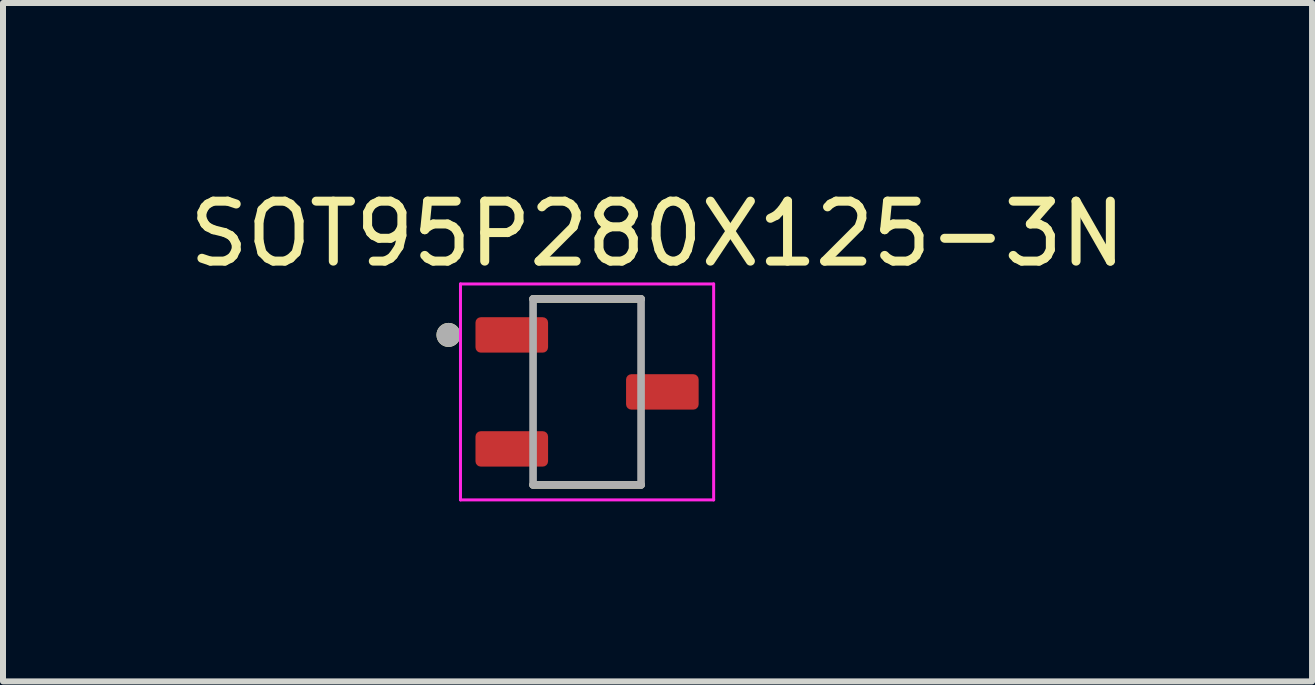
<source format=kicad_pcb>
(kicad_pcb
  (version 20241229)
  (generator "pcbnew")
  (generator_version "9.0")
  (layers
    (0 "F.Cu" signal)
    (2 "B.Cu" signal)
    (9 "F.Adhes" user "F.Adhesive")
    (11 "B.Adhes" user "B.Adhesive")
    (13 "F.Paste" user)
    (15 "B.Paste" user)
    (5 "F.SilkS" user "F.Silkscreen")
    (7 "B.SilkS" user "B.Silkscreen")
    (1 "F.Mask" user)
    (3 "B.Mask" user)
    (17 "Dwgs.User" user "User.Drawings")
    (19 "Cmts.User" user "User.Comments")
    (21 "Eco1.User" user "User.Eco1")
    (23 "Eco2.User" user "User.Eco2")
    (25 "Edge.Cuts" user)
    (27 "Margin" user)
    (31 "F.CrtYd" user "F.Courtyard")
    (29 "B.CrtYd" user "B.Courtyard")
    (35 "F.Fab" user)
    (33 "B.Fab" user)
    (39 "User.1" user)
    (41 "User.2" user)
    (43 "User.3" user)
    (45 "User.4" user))
  (footprint "SOT95P280X125-3N"
    (layer "F.Cu")
    (at 6.736 3.483)
    (property "Reference" "SOT95P280X125-3N" (at 1.175 -2.635 0) (layer "F.SilkS") (effects (font (size 1 1) (thickness 0.15))))
    (attr through_hole)
    (fp_line (start -0.9 1.55) (end 0.9 1.55) (stroke (width 0.127) (type solid)) (layer "F.SilkS"))
    (fp_line (start 0.9 -1.55) (end -0.9 -1.55) (stroke (width 0.127) (type solid)) (layer "F.SilkS"))
    (fp_circle (center -2.31 -0.95) (end -2.21 -0.95) (stroke (width 0.2) (type solid)) (fill no) (layer "F.SilkS"))
    (fp_line (start -2.11 -1.8) (end 2.11 -1.8) (stroke (width 0.05) (type solid)) (layer "F.CrtYd"))
    (fp_line (start -2.11 1.8) (end -2.11 -1.8) (stroke (width 0.05) (type solid)) (layer "F.CrtYd"))
    (fp_line (start 2.11 -1.8) (end 2.11 1.8) (stroke (width 0.05) (type solid)) (layer "F.CrtYd"))
    (fp_line (start 2.11 1.8) (end -2.11 1.8) (stroke (width 0.05) (type solid)) (layer "F.CrtYd"))
    (fp_line (start -0.9 -1.55) (end -0.9 1.55) (stroke (width 0.127) (type solid)) (layer "F.Fab"))
    (fp_line (start -0.9 1.55) (end 0.9 1.55) (stroke (width 0.127) (type solid)) (layer "F.Fab"))
    (fp_line (start 0.9 -1.55) (end -0.9 -1.55) (stroke (width 0.127) (type solid)) (layer "F.Fab"))
    (fp_line (start 0.9 1.55) (end 0.9 -1.55) (stroke (width 0.127) (type solid)) (layer "F.Fab"))
    (fp_circle (center -2.31 -0.95) (end -2.21 -0.95) (stroke (width 0.2) (type solid)) (fill no) (layer "F.Fab"))
    (pad "1" smd roundrect (at -1.255 -0.95) (size 1.21 0.59) (layers "F.Cu" "F.Mask" "F.Paste") (roundrect_rratio 0.15))
    (pad "2" smd roundrect (at -1.255 0.95) (size 1.21 0.59) (layers "F.Cu" "F.Mask" "F.Paste") (roundrect_rratio 0.15))
    (pad "3" smd roundrect (at 1.255 0) (size 1.21 0.59) (layers "F.Cu" "F.Mask" "F.Paste") (roundrect_rratio 0.15)))
  (gr_rect
    (start -3 -3)
    (end 18.821 8.308)
    (stroke (width 0.1) (type default))
    (fill no)
    (layer "Edge.Cuts")))
</source>
